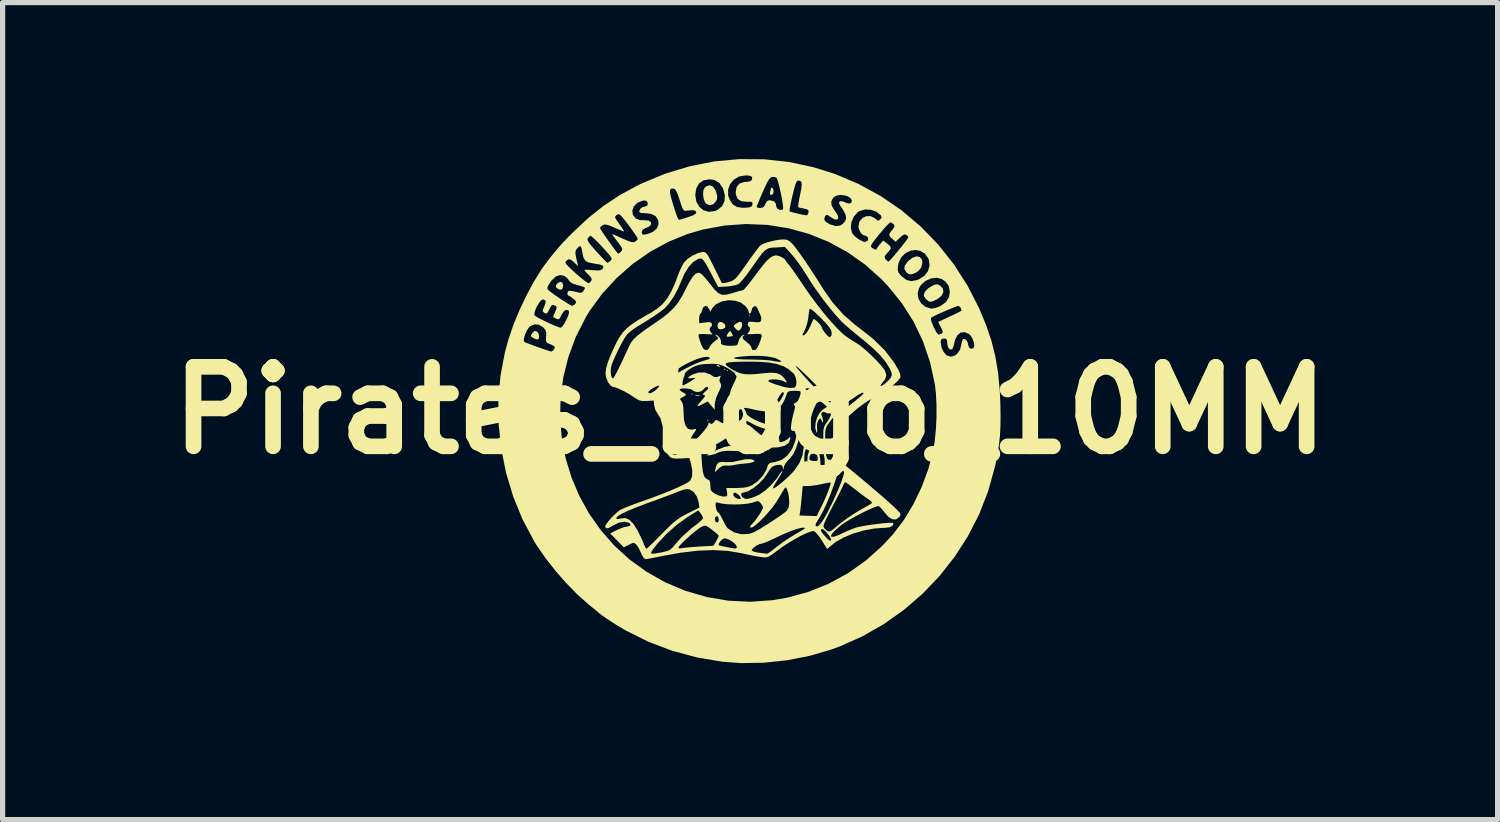
<source format=kicad_pcb>
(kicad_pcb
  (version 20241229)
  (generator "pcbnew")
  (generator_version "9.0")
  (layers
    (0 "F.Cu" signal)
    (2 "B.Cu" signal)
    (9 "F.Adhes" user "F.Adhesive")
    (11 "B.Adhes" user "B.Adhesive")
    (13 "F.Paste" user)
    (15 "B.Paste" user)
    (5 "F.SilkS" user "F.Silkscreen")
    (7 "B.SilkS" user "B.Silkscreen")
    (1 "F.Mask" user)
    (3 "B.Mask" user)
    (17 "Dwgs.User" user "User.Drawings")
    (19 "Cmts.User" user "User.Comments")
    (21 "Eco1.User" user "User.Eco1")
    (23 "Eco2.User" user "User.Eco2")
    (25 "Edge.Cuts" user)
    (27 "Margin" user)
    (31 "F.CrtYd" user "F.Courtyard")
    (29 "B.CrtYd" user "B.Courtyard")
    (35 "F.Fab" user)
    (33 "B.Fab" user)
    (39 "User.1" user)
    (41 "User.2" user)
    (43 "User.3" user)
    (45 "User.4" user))
  (footprint "Pirates_Logo_10MM"
    (layer "F.Cu")
    (at 11.328 4.816)
    (property "Reference" "Pirates_Logo_10MM" (at 0 0 0) (layer "F.SilkS") (effects (font (size 1.524 1.524) (thickness 0.3))))
    (attr board_only exclude_from_pos_files exclude_from_bom allow_missing_courtyard)
    (fp_poly (pts (xy -1.101 -0.313) (xy -1.114 -0.3) (xy -1.126 -0.313) (xy -1.114 -0.325)) (stroke (width 0) (type solid)) (fill yes) (layer "F.SilkS"))
    (fp_poly (pts (xy -0.801 0.188) (xy -0.813 0.2) (xy -0.826 0.188) (xy -0.813 0.175)) (stroke (width 0) (type solid)) (fill yes) (layer "F.SilkS"))
    (fp_poly (pts (xy -0.475 -0.788) (xy -0.488 -0.776) (xy -0.5 -0.788) (xy -0.488 -0.801)) (stroke (width 0) (type solid)) (fill yes) (layer "F.SilkS"))
    (fp_poly (pts (xy -0.425 -0.763) (xy -0.438 -0.751) (xy -0.45 -0.763) (xy -0.438 -0.776)) (stroke (width 0) (type solid)) (fill yes) (layer "F.SilkS"))
    (fp_poly (pts (xy 0 -1.814) (xy -0.013 -1.802) (xy -0.025 -1.814) (xy -0.013 -1.827)) (stroke (width 0) (type solid)) (fill yes) (layer "F.SilkS"))
    (fp_poly (pts (xy -0.593 -0.858) (xy -0.588 -0.851) (xy -0.579 -0.828) (xy -0.603 -0.837) (xy -0.626 -0.851) (xy -0.645 -0.871) (xy -0.633 -0.875)) (stroke (width 0) (type solid)) (fill yes) (layer "F.SilkS"))
    (fp_poly (pts (xy -0.969 -0.292) (xy -0.968 -0.283) (xy -1.008 -0.28) (xy -1.013 -0.28) (xy -1.052 -0.284) (xy -1.049 -0.291) (xy -1.044 -0.293) (xy -0.99 -0.296)) (stroke (width 0) (type solid)) (fill yes) (layer "F.SilkS"))
    (fp_poly (pts (xy -3.599 -2.449) (xy -3.582 -2.397) (xy -3.583 -2.382) (xy -3.602 -2.324) (xy -3.642 -2.312) (xy -3.685 -2.329) (xy -3.724 -2.365) (xy -3.716 -2.406) (xy -3.69 -2.437) (xy -3.64 -2.464)) (stroke (width 0) (type solid)) (fill yes) (layer "F.SilkS"))
    (fp_poly (pts (xy -0.54 -1.691) (xy -0.497 -1.663) (xy -0.472 -1.622) (xy -0.479 -1.585) (xy -0.526 -1.557) (xy -0.582 -1.554) (xy -0.609 -1.568) (xy -0.626 -1.613) (xy -0.615 -1.665) (xy -0.587 -1.693)) (stroke (width 0) (type solid)) (fill yes) (layer "F.SilkS"))
    (fp_poly (pts (xy -0.37 -1.51) (xy -0.353 -1.481) (xy -0.333 -1.439) (xy -0.331 -1.425) (xy -0.4 -1.412) (xy -0.443 -1.414) (xy -0.45 -1.422) (xy -0.437 -1.456) (xy -0.416 -1.489) (xy -0.389 -1.52)) (stroke (width 0) (type solid)) (fill yes) (layer "F.SilkS"))
    (fp_poly (pts (xy 0.425 -4.267) (xy 0.448 -4.231) (xy 0.45 -4.181) (xy 0.433 -4.14) (xy 0.41 -4.129) (xy 0.382 -4.142) (xy 0.385 -4.185) (xy 0.397 -4.238) (xy 0.4 -4.262) (xy 0.416 -4.271)) (stroke (width 0) (type solid)) (fill yes) (layer "F.SilkS"))
    (fp_poly (pts (xy -0.163 -1.691) (xy -0.15 -1.644) (xy -0.164 -1.585) (xy -0.197 -1.539) (xy -0.226 -1.527) (xy -0.254 -1.543) (xy -0.285 -1.574) (xy -0.313 -1.611) (xy -0.304 -1.636) (xy -0.271 -1.662) (xy -0.204 -1.697)) (stroke (width 0) (type solid)) (fill yes) (layer "F.SilkS"))
    (fp_poly (pts (xy -4.092 -1.514) (xy -4.087 -1.511) (xy -4.056 -1.473) (xy -4.042 -1.421) (xy -4.049 -1.377) (xy -4.067 -1.361) (xy -4.107 -1.366) (xy -4.148 -1.382) (xy -4.194 -1.41) (xy -4.199 -1.442) (xy -4.168 -1.49) (xy -4.132 -1.523)) (stroke (width 0) (type solid)) (fill yes) (layer "F.SilkS"))
    (fp_poly (pts (xy 3.255 -2.938) (xy 3.294 -2.89) (xy 3.303 -2.834) (xy 3.281 -2.736) (xy 3.215 -2.662) (xy 3.179 -2.64) (xy 3.1 -2.608) (xy 3.044 -2.61) (xy 2.996 -2.647) (xy 2.994 -2.648) (xy 2.958 -2.709) (xy 2.964 -2.771) (xy 3.014 -2.842) (xy 3.038 -2.868) (xy 3.118 -2.928) (xy 3.193 -2.952)) (stroke (width 0) (type solid)) (fill yes) (layer "F.SilkS"))
    (fp_poly (pts (xy -0.712 -4.289) (xy -0.663 -4.218) (xy -0.645 -4.17) (xy -0.629 -4.096) (xy -0.637 -4.04) (xy -0.653 -4.007) (xy -0.706 -3.95) (xy -0.772 -3.933) (xy -0.835 -3.955) (xy -0.861 -3.983) (xy -0.887 -4.045) (xy -0.9 -4.126) (xy -0.901 -4.147) (xy -0.894 -4.223) (xy -0.869 -4.27) (xy -0.84 -4.293) (xy -0.772 -4.315)) (stroke (width 0) (type solid)) (fill yes) (layer "F.SilkS"))
    (fp_poly (pts (xy 3.637 -2.395) (xy 3.643 -2.391) (xy 3.696 -2.334) (xy 3.705 -2.266) (xy 3.671 -2.198) (xy 3.596 -2.137) (xy 3.576 -2.126) (xy 3.501 -2.091) (xy 3.451 -2.081) (xy 3.413 -2.096) (xy 3.378 -2.127) (xy 3.341 -2.175) (xy 3.328 -2.209) (xy 3.35 -2.272) (xy 3.409 -2.336) (xy 3.492 -2.388) (xy 3.553 -2.414) (xy 3.594 -2.416)) (stroke (width 0) (type solid)) (fill yes) (layer "F.SilkS"))
    (fp_poly (pts (xy 0.02 0.938) (xy 0.076 0.955) (xy 0.085 0.975) (xy 0.053 0.994) (xy -0.016 1.01) (xy -0.092 1.018) (xy -0.188 1.027) (xy -0.276 1.04) (xy -0.316 1.049) (xy -0.395 1.06) (xy -0.461 1.057) (xy -0.521 1.06) (xy -0.581 1.096) (xy -0.604 1.117) (xy -0.679 1.189) (xy -0.662 1.114) (xy -0.637 1.037) (xy -0.601 0.998) (xy -0.539 0.988) (xy -0.478 0.993) (xy -0.333 0.99) (xy -0.213 0.964) (xy -0.094 0.939) (xy 0.005 0.936)) (stroke (width 0) (type solid)) (fill yes) (layer "F.SilkS"))
    (fp_poly (pts (xy 0.267 -4.813) (xy 0.745 -4.761) (xy 1.22 -4.659) (xy 1.631 -4.53) (xy 2.081 -4.339) (xy 2.506 -4.107) (xy 2.903 -3.835) (xy 3.271 -3.524) (xy 3.606 -3.178) (xy 3.907 -2.798) (xy 4.17 -2.387) (xy 4.385 -1.967) (xy 4.521 -1.643) (xy 4.626 -1.334) (xy 4.703 -1.026) (xy 4.756 -0.704) (xy 4.787 -0.357) (xy 4.797 -0.137) (xy 4.801 0.102) (xy 4.799 0.305) (xy 4.79 0.486) (xy 4.771 0.658) (xy 4.743 0.837) (xy 4.703 1.036) (xy 4.689 1.098) (xy 4.562 1.554) (xy 4.391 1.992) (xy 4.176 2.411) (xy 3.922 2.806) (xy 3.631 3.176) (xy 3.305 3.517) (xy 2.948 3.825) (xy 2.562 4.098) (xy 2.15 4.333) (xy 1.715 4.527) (xy 1.552 4.586) (xy 1.136 4.707) (xy 0.704 4.791) (xy 0.266 4.837) (xy -0.166 4.845) (xy -0.526 4.819) (xy -1.018 4.736) (xy -1.494 4.608) (xy -1.949 4.436) (xy -2.382 4.22) (xy -2.527 4.134) (xy -2.641 4.063) (xy -2.746 3.994) (xy -2.832 3.934) (xy -2.89 3.891) (xy -2.903 3.879) (xy -2.927 3.858) (xy -2.98 3.814) (xy -3.053 3.755) (xy -3.093 3.723) (xy -3.301 3.538) (xy -3.516 3.32) (xy -3.727 3.08) (xy -3.922 2.831) (xy -4.091 2.586) (xy -4.139 2.509) (xy -4.36 2.094) (xy -4.539 1.657) (xy -4.676 1.205) (xy -4.769 0.742) (xy -4.819 0.273) (xy -4.821 0.148) (xy -3.642 0.148) (xy -3.609 0.536) (xy -3.536 0.917) (xy -3.423 1.287) (xy -3.272 1.643) (xy -3.084 1.982) (xy -2.86 2.299) (xy -2.602 2.593) (xy -2.31 2.859) (xy -1.986 3.093) (xy -1.631 3.294) (xy -1.247 3.457) (xy -1.236 3.46) (xy -0.827 3.579) (xy -0.411 3.649) (xy 0.008 3.669) (xy 0.429 3.639) (xy 0.704 3.592) (xy 1.111 3.482) (xy 1.5 3.326) (xy 1.869 3.126) (xy 2.215 2.882) (xy 2.534 2.597) (xy 2.738 2.377) (xy 2.945 2.106) (xy 3.131 1.798) (xy 3.291 1.465) (xy 3.419 1.118) (xy 3.507 0.788) (xy 3.539 0.595) (xy 3.561 0.371) (xy 3.573 0.132) (xy 3.573 -0.106) (xy 3.562 -0.327) (xy 3.542 -0.5) (xy 3.449 -0.926) (xy 3.322 -1.3) (xy 3.654 -1.3) (xy 3.669 -1.209) (xy 3.708 -1.122) (xy 3.761 -1.06) (xy 3.772 -1.053) (xy 3.848 -1.029) (xy 3.921 -1.049) (xy 3.967 -1.082) (xy 4.025 -1.163) (xy 4.046 -1.246) (xy 4.06 -1.315) (xy 4.077 -1.36) (xy 4.083 -1.367) (xy 4.121 -1.366) (xy 4.157 -1.331) (xy 4.178 -1.277) (xy 4.179 -1.26) (xy 4.196 -1.206) (xy 4.234 -1.18) (xy 4.279 -1.191) (xy 4.285 -1.197) (xy 4.298 -1.241) (xy 4.288 -1.308) (xy 4.26 -1.381) (xy 4.221 -1.442) (xy 4.198 -1.463) (xy 4.113 -1.499) (xy 4.035 -1.49) (xy 3.971 -1.437) (xy 3.927 -1.345) (xy 3.916 -1.298) (xy 3.899 -1.227) (xy 3.878 -1.18) (xy 3.87 -1.171) (xy 3.83 -1.168) (xy 3.797 -1.204) (xy 3.78 -1.27) (xy 3.779 -1.292) (xy 3.774 -1.35) (xy 3.751 -1.373) (xy 3.716 -1.376) (xy 3.672 -1.368) (xy 3.655 -1.335) (xy 3.654 -1.3) (xy 3.322 -1.3) (xy 3.313 -1.326) (xy 3.134 -1.701) (xy 3.108 -1.742) (xy 3.466 -1.742) (xy 3.483 -1.682) (xy 3.513 -1.609) (xy 3.549 -1.536) (xy 3.584 -1.479) (xy 3.611 -1.452) (xy 3.614 -1.452) (xy 3.658 -1.465) (xy 3.675 -1.473) (xy 3.692 -1.496) (xy 3.685 -1.535) (xy 3.657 -1.595) (xy 3.606 -1.695) (xy 3.83 -1.8) (xy 3.925 -1.845) (xy 4 -1.882) (xy 4.045 -1.906) (xy 4.054 -1.913) (xy 4.04 -1.961) (xy 4.008 -1.996) (xy 3.992 -2.002) (xy 3.956 -1.992) (xy 3.887 -1.966) (xy 3.798 -1.929) (xy 3.699 -1.887) (xy 3.605 -1.845) (xy 3.527 -1.808) (xy 3.477 -1.781) (xy 3.467 -1.774) (xy 3.466 -1.742) (xy 3.108 -1.742) (xy 2.91 -2.053) (xy 2.761 -2.238) (xy 3.212 -2.238) (xy 3.229 -2.136) (xy 3.282 -2.048) (xy 3.363 -1.983) (xy 3.465 -1.953) (xy 3.486 -1.952) (xy 3.553 -1.963) (xy 3.633 -1.992) (xy 3.651 -2.001) (xy 3.754 -2.075) (xy 3.813 -2.17) (xy 3.829 -2.271) (xy 3.808 -2.383) (xy 3.745 -2.47) (xy 3.674 -2.517) (xy 3.575 -2.542) (xy 3.467 -2.528) (xy 3.363 -2.481) (xy 3.277 -2.405) (xy 3.236 -2.341) (xy 3.212 -2.238) (xy 2.761 -2.238) (xy 2.642 -2.384) (xy 2.516 -2.517) (xy 2.316 -2.695) (xy 2.83 -2.695) (xy 2.843 -2.645) (xy 2.882 -2.594) (xy 2.91 -2.566) (xy 2.998 -2.499) (xy 3.092 -2.477) (xy 3.201 -2.498) (xy 3.237 -2.512) (xy 3.341 -2.578) (xy 3.41 -2.668) (xy 3.44 -2.774) (xy 3.427 -2.884) (xy 3.414 -2.915) (xy 3.349 -3.005) (xy 3.263 -3.057) (xy 3.166 -3.074) (xy 3.066 -3.057) (xy 2.974 -3.01) (xy 2.898 -2.934) (xy 2.848 -2.832) (xy 2.834 -2.767) (xy 2.83 -2.695) (xy 2.316 -2.695) (xy 2.203 -2.796) (xy 1.865 -3.034) (xy 1.668 -3.141) (xy 2.317 -3.141) (xy 2.327 -3.123) (xy 2.34 -3.113) (xy 2.395 -3.082) (xy 2.425 -3.085) (xy 2.428 -3.097) (xy 2.444 -3.126) (xy 2.481 -3.175) (xy 2.49 -3.185) (xy 2.552 -3.255) (xy 2.627 -3.199) (xy 2.685 -3.148) (xy 2.698 -3.104) (xy 2.667 -3.055) (xy 2.64 -3.028) (xy 2.598 -2.98) (xy 2.578 -2.943) (xy 2.578 -2.941) (xy 2.594 -2.9) (xy 2.63 -2.863) (xy 2.655 -2.853) (xy 2.677 -2.871) (xy 2.722 -2.921) (xy 2.785 -2.994) (xy 2.849 -3.072) (xy 2.921 -3.161) (xy 2.98 -3.238) (xy 3.02 -3.291) (xy 3.033 -3.313) (xy 3.021 -3.343) (xy 2.997 -3.362) (xy 2.963 -3.373) (xy 2.922 -3.354) (xy 2.872 -3.311) (xy 2.79 -3.232) (xy 2.72 -3.292) (xy 2.677 -3.336) (xy 2.668 -3.375) (xy 2.694 -3.423) (xy 2.735 -3.471) (xy 2.767 -3.517) (xy 2.764 -3.551) (xy 2.753 -3.565) (xy 2.713 -3.597) (xy 2.691 -3.604) (xy 2.664 -3.585) (xy 2.614 -3.535) (xy 2.548 -3.461) (xy 2.476 -3.375) (xy 2.398 -3.278) (xy 2.348 -3.211) (xy 2.322 -3.168) (xy 2.317 -3.141) (xy 1.668 -3.141) (xy 1.505 -3.23) (xy 1.127 -3.383) (xy 0.735 -3.491) (xy 0.639 -3.506) (xy 1.93 -3.506) (xy 1.951 -3.41) (xy 1.967 -3.382) (xy 2.022 -3.324) (xy 2.095 -3.272) (xy 2.167 -3.236) (xy 2.206 -3.228) (xy 2.249 -3.249) (xy 2.263 -3.27) (xy 2.259 -3.316) (xy 2.218 -3.347) (xy 2.185 -3.353) (xy 2.144 -3.375) (xy 2.106 -3.429) (xy 2.081 -3.496) (xy 2.077 -3.531) (xy 2.098 -3.62) (xy 2.152 -3.686) (xy 2.227 -3.722) (xy 2.311 -3.723) (xy 2.392 -3.683) (xy 2.4 -3.676) (xy 2.443 -3.641) (xy 2.471 -3.641) (xy 2.496 -3.662) (xy 2.522 -3.699) (xy 2.507 -3.735) (xy 2.502 -3.742) (xy 2.418 -3.809) (xy 2.312 -3.846) (xy 2.2 -3.851) (xy 2.099 -3.821) (xy 2.065 -3.8) (xy 1.99 -3.716) (xy 1.944 -3.613) (xy 1.93 -3.506) (xy 0.639 -3.506) (xy 0.333 -3.555) (xy -0.077 -3.572) (xy -0.489 -3.543) (xy -0.901 -3.467) (xy -1.196 -3.381) (xy -1.564 -3.232) (xy -1.918 -3.039) (xy -2.251 -2.806) (xy -2.557 -2.537) (xy -2.832 -2.239) (xy -3.07 -1.915) (xy -3.15 -1.783) (xy -3.34 -1.41) (xy -3.482 -1.026) (xy -3.58 -0.636) (xy -3.632 -0.244) (xy -3.642 0.148) (xy -4.821 0.148) (xy -4.825 -0.196) (xy -4.785 -0.66) (xy -4.699 -1.115) (xy -4.639 -1.335) (xy -4.338 -1.335) (xy -4.328 -1.313) (xy -4.292 -1.296) (xy -4.222 -1.269) (xy -4.132 -1.235) (xy -4.033 -1.2) (xy -3.94 -1.167) (xy -3.863 -1.142) (xy -3.817 -1.128) (xy -3.811 -1.127) (xy -3.776 -1.146) (xy -3.754 -1.176) (xy -3.742 -1.21) (xy -3.76 -1.234) (xy -3.815 -1.261) (xy -3.825 -1.265) (xy -3.885 -1.292) (xy -3.911 -1.321) (xy -3.914 -1.37) (xy -3.91 -1.413) (xy -3.907 -1.49) (xy -3.924 -1.542) (xy -3.962 -1.587) (xy -4.045 -1.641) (xy -4.133 -1.649) (xy -4.216 -1.611) (xy -4.24 -1.589) (xy -4.278 -1.533) (xy -4.311 -1.462) (xy -4.332 -1.391) (xy -4.338 -1.335) (xy -4.639 -1.335) (xy -4.631 -1.364) (xy -4.536 -1.64) (xy -4.45 -1.85) (xy -4.136 -1.85) (xy -4.13 -1.818) (xy -4.091 -1.791) (xy -4.021 -1.753) (xy -3.932 -1.708) (xy -3.836 -1.664) (xy -3.746 -1.624) (xy -3.674 -1.596) (xy -3.631 -1.584) (xy -3.629 -1.585) (xy -3.599 -1.608) (xy -3.559 -1.665) (xy -3.522 -1.735) (xy -3.481 -1.829) (xy -3.469 -1.888) (xy -3.484 -1.918) (xy -3.526 -1.927) (xy -3.568 -1.903) (xy -3.611 -1.838) (xy -3.616 -1.828) (xy -3.646 -1.767) (xy -3.672 -1.745) (xy -3.704 -1.751) (xy -3.713 -1.756) (xy -3.757 -1.78) (xy -3.774 -1.79) (xy -3.768 -1.813) (xy -3.747 -1.866) (xy -3.737 -1.888) (xy -3.711 -1.949) (xy -3.709 -1.982) (xy -3.73 -2.003) (xy -3.773 -2.023) (xy -3.804 -2.012) (xy -3.835 -1.962) (xy -3.846 -1.939) (xy -3.878 -1.879) (xy -3.903 -1.856) (xy -3.934 -1.864) (xy -3.953 -1.876) (xy -3.974 -1.897) (xy -3.972 -1.93) (xy -3.946 -1.99) (xy -3.918 -2.067) (xy -3.925 -2.111) (xy -3.968 -2.127) (xy -3.975 -2.127) (xy -4.01 -2.106) (xy -4.051 -2.053) (xy -4.091 -1.983) (xy -4.122 -1.91) (xy -4.136 -1.85) (xy -4.45 -1.85) (xy -4.419 -1.924) (xy -4.287 -2.203) (xy -4.213 -2.34) (xy -3.887 -2.34) (xy -3.874 -2.312) (xy -3.871 -2.308) (xy -3.83 -2.275) (xy -3.763 -2.225) (xy -3.68 -2.168) (xy -3.593 -2.11) (xy -3.512 -2.058) (xy -3.449 -2.02) (xy -3.414 -2.004) (xy -3.413 -2.003) (xy -3.375 -2.02) (xy -3.351 -2.042) (xy -3.334 -2.074) (xy -3.348 -2.104) (xy -3.392 -2.142) (xy -3.444 -2.181) (xy -3.481 -2.201) (xy -3.485 -2.202) (xy -3.502 -2.221) (xy -3.5 -2.258) (xy -3.48 -2.289) (xy -3.48 -2.289) (xy -3.444 -2.291) (xy -3.379 -2.281) (xy -3.343 -2.272) (xy -3.272 -2.256) (xy -3.231 -2.257) (xy -3.204 -2.277) (xy -3.193 -2.291) (xy -3.169 -2.333) (xy -3.167 -2.354) (xy -3.194 -2.368) (xy -3.255 -2.387) (xy -3.31 -2.401) (xy -3.406 -2.432) (xy -3.459 -2.471) (xy -3.467 -2.486) (xy -3.507 -2.537) (xy -3.556 -2.575) (xy -3.638 -2.595) (xy -3.722 -2.567) (xy -3.803 -2.493) (xy -3.836 -2.446) (xy -3.876 -2.38) (xy -3.887 -2.34) (xy -4.213 -2.34) (xy -4.145 -2.466) (xy -3.999 -2.703) (xy -3.906 -2.83) (xy -3.541 -2.83) (xy -3.523 -2.802) (xy -3.476 -2.751) (xy -3.408 -2.687) (xy -3.33 -2.616) (xy -3.25 -2.548) (xy -3.177 -2.489) (xy -3.122 -2.449) (xy -3.093 -2.436) (xy -3.092 -2.436) (xy -3.061 -2.461) (xy -3.043 -2.484) (xy -3.035 -2.518) (xy -3.058 -2.559) (xy -3.098 -2.601) (xy -3.146 -2.65) (xy -3.175 -2.684) (xy -3.178 -2.691) (xy -3.155 -2.695) (xy -3.096 -2.694) (xy -3.021 -2.688) (xy -2.93 -2.681) (xy -2.874 -2.685) (xy -2.84 -2.702) (xy -2.829 -2.714) (xy -2.81 -2.75) (xy -2.826 -2.776) (xy -2.882 -2.796) (xy -2.983 -2.813) (xy -2.994 -2.815) (xy -3.096 -2.834) (xy -3.159 -2.869) (xy -3.195 -2.931) (xy -3.216 -3.027) (xy -3.23 -3.109) (xy -3.249 -3.146) (xy -3.277 -3.141) (xy -3.315 -3.104) (xy -3.338 -3.073) (xy -3.348 -3.036) (xy -3.345 -2.983) (xy -3.328 -2.899) (xy -3.314 -2.837) (xy -3.296 -2.765) (xy -3.376 -2.84) (xy -3.432 -2.885) (xy -3.471 -2.897) (xy -3.498 -2.887) (xy -3.534 -2.851) (xy -3.541 -2.83) (xy -3.906 -2.83) (xy -3.862 -2.89) (xy -3.757 -3.02) (xy -3.67 -3.123) (xy -3.589 -3.214) (xy -3.533 -3.272) (xy -3.117 -3.272) (xy -3.102 -3.235) (xy -3.063 -3.18) (xy -2.994 -3.1) (xy -2.943 -3.042) (xy -2.865 -2.958) (xy -2.799 -2.889) (xy -2.753 -2.843) (xy -2.734 -2.828) (xy -2.706 -2.843) (xy -2.674 -2.869) (xy -2.657 -2.888) (xy -2.654 -2.91) (xy -2.669 -2.941) (xy -2.706 -2.99) (xy -2.77 -3.063) (xy -2.833 -3.132) (xy -2.913 -3.217) (xy -2.983 -3.286) (xy -3.035 -3.332) (xy -3.061 -3.346) (xy -3.062 -3.346) (xy -3.095 -3.32) (xy -3.112 -3.297) (xy -3.117 -3.272) (xy -3.533 -3.272) (xy -3.501 -3.307) (xy -3.404 -3.404) (xy -3.303 -3.499) (xy -2.878 -3.499) (xy -2.864 -3.471) (xy -2.828 -3.414) (xy -2.776 -3.337) (xy -2.716 -3.251) (xy -2.654 -3.164) (xy -2.598 -3.088) (xy -2.554 -3.031) (xy -2.529 -3.004) (xy -2.526 -3.003) (xy -2.499 -3.019) (xy -2.471 -3.047) (xy -2.453 -3.073) (xy -2.453 -3.101) (xy -2.476 -3.144) (xy -2.524 -3.211) (xy -2.542 -3.234) (xy -2.594 -3.304) (xy -2.63 -3.355) (xy -2.642 -3.378) (xy -2.641 -3.378) (xy -2.615 -3.369) (xy -2.555 -3.343) (xy -2.472 -3.306) (xy -2.44 -3.291) (xy -2.342 -3.249) (xy -2.277 -3.227) (xy -2.234 -3.223) (xy -2.202 -3.234) (xy -2.201 -3.235) (xy -2.162 -3.267) (xy -2.152 -3.286) (xy -2.166 -3.316) (xy -2.204 -3.374) (xy -2.257 -3.451) (xy -2.318 -3.536) (xy -2.38 -3.618) (xy -2.435 -3.686) (xy -2.452 -3.707) (xy -2.497 -3.751) (xy -2.527 -3.761) (xy -2.561 -3.743) (xy -2.583 -3.721) (xy -2.587 -3.697) (xy -2.568 -3.659) (xy -2.524 -3.595) (xy -2.504 -3.568) (xy -2.455 -3.499) (xy -2.424 -3.449) (xy -2.416 -3.428) (xy -2.416 -3.428) (xy -2.445 -3.438) (xy -2.507 -3.463) (xy -2.59 -3.498) (xy -2.604 -3.504) (xy -2.696 -3.543) (xy -2.756 -3.561) (xy -2.797 -3.561) (xy -2.827 -3.548) (xy -2.866 -3.517) (xy -2.878 -3.499) (xy -3.303 -3.499) (xy -3.109 -3.681) (xy -2.921 -3.831) (xy -2.257 -3.831) (xy -2.248 -3.751) (xy -2.199 -3.682) (xy -2.115 -3.647) (xy -2.023 -3.644) (xy -1.942 -3.637) (xy -1.9 -3.607) (xy -1.897 -3.566) (xy -1.934 -3.524) (xy -2.01 -3.49) (xy -2.016 -3.488) (xy -2.062 -3.458) (xy -2.079 -3.411) (xy -2.063 -3.372) (xy -2.029 -3.368) (xy -1.968 -3.381) (xy -1.896 -3.407) (xy -1.856 -3.426) (xy -1.787 -3.486) (xy -1.755 -3.564) (xy -1.761 -3.646) (xy -1.807 -3.718) (xy -1.818 -3.727) (xy -1.897 -3.767) (xy -2.005 -3.779) (xy -2.088 -3.784) (xy -2.125 -3.802) (xy -2.127 -3.811) (xy -2.105 -3.864) (xy -2.054 -3.899) (xy -2.023 -3.904) (xy -1.973 -3.921) (xy -1.961 -3.967) (xy -1.968 -3.992) (xy -1.994 -4.02) (xy -2.047 -4.021) (xy -2.06 -4.019) (xy -2.158 -3.98) (xy -2.226 -3.914) (xy -2.257 -3.831) (xy -2.921 -3.831) (xy -2.813 -3.917) (xy -2.504 -4.122) (xy -2.409 -4.174) (xy -1.535 -4.174) (xy -1.516 -4.085) (xy -1.49 -3.992) (xy -1.448 -3.855) (xy -1.416 -3.761) (xy -1.394 -3.7) (xy -1.376 -3.667) (xy -1.362 -3.654) (xy -1.357 -3.654) (xy -1.324 -3.661) (xy -1.314 -3.664) (xy 1.419 -3.664) (xy 1.449 -3.615) (xy 1.528 -3.568) (xy 1.539 -3.563) (xy 1.643 -3.533) (xy 1.726 -3.543) (xy 1.773 -3.572) (xy 1.823 -3.627) (xy 1.842 -3.686) (xy 1.828 -3.758) (xy 1.779 -3.849) (xy 1.721 -3.934) (xy 1.703 -3.982) (xy 1.722 -4.008) (xy 1.772 -4.006) (xy 1.813 -3.99) (xy 1.886 -3.965) (xy 1.935 -3.974) (xy 1.952 -4.014) (xy 1.93 -4.065) (xy 1.873 -4.103) (xy 1.797 -4.124) (xy 1.714 -4.128) (xy 1.641 -4.112) (xy 1.59 -4.073) (xy 1.556 -4) (xy 1.563 -3.926) (xy 1.613 -3.842) (xy 1.629 -3.821) (xy 1.679 -3.743) (xy 1.691 -3.687) (xy 1.668 -3.657) (xy 1.617 -3.662) (xy 1.542 -3.706) (xy 1.539 -3.708) (xy 1.491 -3.743) (xy 1.464 -3.747) (xy 1.44 -3.722) (xy 1.436 -3.716) (xy 1.419 -3.664) (xy -1.314 -3.664) (xy -1.258 -3.681) (xy -1.18 -3.706) (xy -1.09 -3.74) (xy -1.043 -3.769) (xy -1.031 -3.797) (xy -1.032 -3.8) (xy -1.052 -3.828) (xy -1.103 -3.838) (xy -1.192 -3.831) (xy -1.223 -3.826) (xy -1.253 -3.825) (xy -1.276 -3.84) (xy -1.298 -3.878) (xy -1.324 -3.95) (xy -1.349 -4.029) (xy -1.382 -4.127) (xy -1.051 -4.127) (xy -1.031 -4.002) (xy -0.976 -3.904) (xy -0.895 -3.836) (xy -0.794 -3.806) (xy -0.7 -3.816) (xy 0.755 -3.816) (xy 0.785 -3.804) (xy 0.848 -3.787) (xy 0.926 -3.768) (xy 1.004 -3.751) (xy 1.064 -3.741) (xy 1.089 -3.74) (xy 1.112 -3.766) (xy 1.121 -3.798) (xy 1.118 -3.835) (xy 1.085 -3.856) (xy 1.034 -3.868) (xy 0.969 -3.881) (xy 0.928 -3.892) (xy 0.923 -3.894) (xy 0.922 -3.92) (xy 0.93 -3.984) (xy 0.946 -4.073) (xy 0.956 -4.12) (xy 0.98 -4.243) (xy 0.99 -4.326) (xy 0.984 -4.375) (xy 0.962 -4.399) (xy 0.929 -4.404) (xy 0.906 -4.398) (xy 0.886 -4.374) (xy 0.866 -4.324) (xy 0.843 -4.241) (xy 0.813 -4.117) (xy 0.812 -4.115) (xy 0.787 -4.002) (xy 0.768 -3.908) (xy 0.756 -3.842) (xy 0.755 -3.816) (xy -0.7 -3.816) (xy -0.683 -3.818) (xy -0.625 -3.842) (xy -0.538 -3.912) (xy -0.49 -4.008) (xy -0.483 -4.123) (xy -0.513 -4.234) (xy -0.421 -4.234) (xy -0.42 -4.119) (xy -0.388 -4.029) (xy -0.329 -3.946) (xy -0.253 -3.899) (xy -0.147 -3.883) (xy -0.1 -3.884) (xy -0.02 -3.891) (xy 0.006 -3.899) (xy 0.125 -3.899) (xy 0.147 -3.884) (xy 0.195 -3.879) (xy 0.25 -3.89) (xy 0.284 -3.934) (xy 0.293 -3.956) (xy 0.321 -4.009) (xy 0.361 -4.026) (xy 0.393 -4.025) (xy 0.463 -4.005) (xy 0.495 -3.959) (xy 0.5 -3.912) (xy 0.521 -3.868) (xy 0.569 -3.843) (xy 0.62 -3.847) (xy 0.632 -3.854) (xy 0.634 -3.882) (xy 0.627 -3.95) (xy 0.612 -4.046) (xy 0.592 -4.149) (xy 0.567 -4.264) (xy 0.542 -4.361) (xy 0.521 -4.429) (xy 0.508 -4.457) (xy 0.464 -4.475) (xy 0.424 -4.475) (xy 0.395 -4.463) (xy 0.365 -4.431) (xy 0.329 -4.37) (xy 0.283 -4.275) (xy 0.246 -4.193) (xy 0.199 -4.084) (xy 0.161 -3.993) (xy 0.135 -3.928) (xy 0.125 -3.899) (xy 0.006 -3.899) (xy 0.023 -3.904) (xy 0.041 -3.928) (xy 0.045 -3.947) (xy 0.046 -3.981) (xy 0.025 -3.997) (xy -0.028 -3.999) (xy -0.059 -3.998) (xy -0.167 -4.009) (xy -0.237 -4.052) (xy -0.271 -4.13) (xy -0.275 -4.183) (xy -0.257 -4.283) (xy -0.202 -4.348) (xy -0.112 -4.378) (xy -0.078 -4.379) (xy 0.000403 -4.389) (xy 0.035 -4.419) (xy 0.041 -4.467) (xy 0.011 -4.494) (xy -0.062 -4.504) (xy -0.085 -4.504) (xy -0.209 -4.483) (xy -0.31 -4.425) (xy -0.382 -4.339) (xy -0.421 -4.234) (xy -0.513 -4.234) (xy -0.518 -4.249) (xy -0.526 -4.267) (xy -0.593 -4.364) (xy -0.684 -4.416) (xy -0.778 -4.429) (xy -0.893 -4.409) (xy -0.979 -4.349) (xy -1.033 -4.253) (xy -1.051 -4.127) (xy -1.382 -4.127) (xy -1.388 -4.142) (xy -1.42 -4.213) (xy -1.45 -4.246) (xy -1.461 -4.25) (xy -1.508 -4.251) (xy -1.532 -4.228) (xy -1.535 -4.174) (xy -2.409 -4.174) (xy -2.172 -4.304) (xy -2.09 -4.344) (xy -1.631 -4.535) (xy -1.164 -4.677) (xy -0.69 -4.771) (xy -0.212 -4.816)) (stroke (width 0) (type solid)) (fill yes) (layer "F.SilkS"))
    (fp_poly (pts (xy 0.712 -3.268) (xy 0.77 -3.231) (xy 0.817 -3.185) (xy 0.87 -3.12) (xy 0.945 -3.019) (xy 1.035 -2.89) (xy 1.135 -2.742) (xy 1.24 -2.582) (xy 1.345 -2.417) (xy 1.404 -2.321) (xy 1.582 -2.068) (xy 1.788 -1.836) (xy 2.012 -1.639) (xy 2.084 -1.586) (xy 2.355 -1.374) (xy 2.581 -1.152) (xy 2.759 -0.92) (xy 2.835 -0.791) (xy 2.875 -0.705) (xy 2.884 -0.649) (xy 2.877 -0.624) (xy 2.824 -0.557) (xy 2.734 -0.477) (xy 2.614 -0.391) (xy 2.473 -0.304) (xy 2.402 -0.265) (xy 2.237 -0.167) (xy 2.08 -0.055) (xy 1.996 0.016) (xy 1.918 0.086) (xy 1.853 0.139) (xy 1.809 0.171) (xy 1.799 0.175) (xy 1.761 0.165) (xy 1.704 0.139) (xy 1.698 0.136) (xy 1.646 0.112) (xy 1.618 0.104) (xy 1.617 0.105) (xy 1.6 0.127) (xy 1.561 0.177) (xy 1.525 0.224) (xy 1.483 0.281) (xy 1.458 0.33) (xy 1.444 0.386) (xy 1.439 0.463) (xy 1.438 0.549) (xy 1.44 0.662) (xy 1.446 0.768) (xy 1.456 0.848) (xy 1.458 0.86) (xy 1.475 0.922) (xy 1.498 0.946) (xy 1.546 0.946) (xy 1.577 0.941) (xy 1.609 0.937) (xy 1.638 0.939) (xy 1.671 0.949) (xy 1.713 0.972) (xy 1.77 1.012) (xy 1.846 1.072) (xy 1.949 1.155) (xy 2.082 1.266) (xy 2.132 1.307) (xy 2.272 1.425) (xy 2.409 1.542) (xy 2.535 1.65) (xy 2.642 1.744) (xy 2.722 1.816) (xy 2.747 1.839) (xy 2.821 1.912) (xy 2.865 1.959) (xy 2.883 1.991) (xy 2.879 2.016) (xy 2.86 2.044) (xy 2.859 2.046) (xy 2.799 2.09) (xy 2.728 2.088) (xy 2.652 2.042) (xy 2.581 1.961) (xy 2.53 1.896) (xy 2.485 1.85) (xy 2.466 1.836) (xy 2.429 1.841) (xy 2.358 1.867) (xy 2.263 1.909) (xy 2.153 1.962) (xy 2.038 2.022) (xy 1.928 2.083) (xy 1.832 2.141) (xy 1.758 2.19) (xy 1.752 2.196) (xy 1.645 2.286) (xy 1.578 2.356) (xy 1.55 2.403) (xy 1.562 2.425) (xy 1.613 2.421) (xy 1.703 2.388) (xy 1.771 2.355) (xy 1.873 2.308) (xy 1.981 2.265) (xy 2.042 2.245) (xy 2.116 2.227) (xy 2.216 2.209) (xy 2.331 2.191) (xy 2.45 2.176) (xy 2.561 2.164) (xy 2.655 2.156) (xy 2.72 2.155) (xy 2.744 2.16) (xy 2.743 2.189) (xy 2.728 2.214) (xy 2.676 2.241) (xy 2.578 2.252) (xy 2.561 2.252) (xy 2.374 2.266) (xy 2.175 2.303) (xy 1.979 2.361) (xy 1.799 2.434) (xy 1.649 2.518) (xy 1.596 2.558) (xy 1.477 2.657) (xy 1.375 2.493) (xy 1.319 2.412) (xy 1.268 2.35) (xy 1.23 2.316) (xy 1.226 2.315) (xy 1.177 2.319) (xy 1.096 2.347) (xy 0.992 2.395) (xy 0.874 2.458) (xy 0.75 2.531) (xy 0.629 2.61) (xy 0.539 2.675) (xy 0.448 2.744) (xy 0.384 2.788) (xy 0.336 2.811) (xy 0.292 2.819) (xy 0.24 2.816) (xy 0.214 2.812) (xy 0.134 2.8) (xy 0.023 2.779) (xy -0.1 2.753) (xy -0.169 2.737) (xy -0.425 2.694) (xy -0.583 2.685) (xy 0.031 2.685) (xy 0.06 2.704) (xy 0.123 2.722) (xy 0.177 2.73) (xy 0.255 2.739) (xy 0.31 2.746) (xy 0.327 2.749) (xy 0.352 2.736) (xy 0.405 2.698) (xy 0.478 2.642) (xy 0.515 2.613) (xy 0.623 2.532) (xy 0.747 2.448) (xy 0.861 2.378) (xy 0.87 2.373) (xy 0.953 2.326) (xy 1.016 2.287) (xy 1.017 2.285) (xy 1.357 2.285) (xy 1.36 2.314) (xy 1.397 2.367) (xy 1.433 2.409) (xy 1.496 2.475) (xy 1.535 2.5) (xy 1.551 2.485) (xy 1.552 2.476) (xy 1.536 2.434) (xy 1.497 2.378) (xy 1.45 2.323) (xy 1.406 2.285) (xy 1.386 2.277) (xy 1.357 2.285) (xy 1.017 2.285) (xy 1.049 2.263) (xy 1.051 2.259) (xy 1.03 2.247) (xy 0.972 2.254) (xy 0.885 2.277) (xy 0.777 2.315) (xy 0.657 2.365) (xy 0.55 2.414) (xy 0.439 2.467) (xy 0.342 2.511) (xy 0.268 2.541) (xy 0.229 2.553) (xy 0.228 2.553) (xy 0.177 2.565) (xy 0.117 2.596) (xy 0.064 2.635) (xy 0.033 2.671) (xy 0.031 2.685) (xy -0.583 2.685) (xy -0.704 2.678) (xy -1.009 2.69) (xy -1.345 2.731) (xy -1.718 2.799) (xy -1.727 2.801) (xy -1.834 2.823) (xy -1.925 2.841) (xy -1.987 2.851) (xy -2.005 2.852) (xy -2.04 2.829) (xy -2.078 2.764) (xy -2.09 2.737) (xy -2.095 2.724) (xy -1.898 2.724) (xy -1.891 2.746) (xy -1.847 2.748) (xy -1.761 2.734) (xy -1.685 2.72) (xy -1.589 2.697) (xy -1.526 2.667) (xy -1.491 2.633) (xy -1.376 2.633) (xy -1.356 2.647) (xy -1.32 2.643) (xy -1.273 2.636) (xy -1.188 2.627) (xy -1.08 2.618) (xy -0.982 2.611) (xy -0.701 2.595) (xy -0.694 2.582) (xy -0.602 2.582) (xy -0.599 2.586) (xy -0.571 2.595) (xy -0.51 2.608) (xy -0.433 2.624) (xy -0.355 2.638) (xy -0.293 2.648) (xy -0.28 2.649) (xy -0.256 2.633) (xy -0.255 2.61) (xy -0.283 2.564) (xy -0.341 2.515) (xy -0.412 2.474) (xy -0.476 2.453) (xy -0.487 2.452) (xy -0.527 2.468) (xy -0.568 2.506) (xy -0.598 2.549) (xy -0.602 2.582) (xy -0.694 2.582) (xy -0.651 2.51) (xy -0.619 2.451) (xy -0.602 2.411) (xy -0.601 2.406) (xy -0.619 2.382) (xy -0.667 2.339) (xy -0.727 2.291) (xy -0.797 2.239) (xy -0.842 2.214) (xy -0.878 2.211) (xy -0.918 2.226) (xy -0.934 2.233) (xy -0.985 2.266) (xy -1.055 2.32) (xy -1.136 2.388) (xy -1.217 2.461) (xy -1.29 2.53) (xy -1.346 2.588) (xy -1.374 2.626) (xy -1.376 2.633) (xy -1.491 2.633) (xy -1.48 2.623) (xy -1.475 2.615) (xy -1.316 2.433) (xy -1.128 2.264) (xy -1.057 2.21) (xy -0.983 2.153) (xy -0.927 2.102) (xy -0.918 2.09) (xy -0.676 2.09) (xy -0.662 2.132) (xy -0.659 2.135) (xy -0.624 2.152) (xy -0.604 2.123) (xy -0.601 2.09) (xy -0.614 2.039) (xy -0.638 2.027) (xy -0.667 2.047) (xy -0.676 2.09) (xy -0.918 2.09) (xy -0.902 2.069) (xy -0.901 2.065) (xy -0.916 2.023) (xy -0.947 1.975) (xy -0.994 1.917) (xy -1.188 2.038) (xy -1.398 2.188) (xy -1.601 2.367) (xy -1.779 2.558) (xy -1.818 2.608) (xy -1.872 2.68) (xy -1.898 2.724) (xy -2.095 2.724) (xy -2.126 2.658) (xy -2.165 2.592) (xy -2.181 2.574) (xy -2.213 2.546) (xy -2.242 2.54) (xy -2.288 2.558) (xy -2.324 2.576) (xy -2.42 2.625) (xy -2.551 2.492) (xy -2.682 2.359) (xy -2.55 2.293) (xy -2.468 2.257) (xy -2.396 2.233) (xy -2.361 2.227) (xy -2.306 2.216) (xy -2.291 2.189) (xy -2.321 2.156) (xy -2.329 2.151) (xy -2.41 2.134) (xy -2.511 2.152) (xy -2.619 2.203) (xy -2.639 2.216) (xy -2.713 2.256) (xy -2.76 2.26) (xy -2.778 2.229) (xy -2.778 2.228) (xy -2.76 2.186) (xy -2.715 2.124) (xy -2.664 2.067) (xy -2.568 2.067) (xy -2.565 2.076) (xy -2.533 2.085) (xy -2.477 2.073) (xy -2.391 2.064) (xy -2.311 2.099) (xy -2.232 2.18) (xy -2.154 2.309) (xy -2.15 2.316) (xy -2.103 2.412) (xy -2.061 2.502) (xy -2.034 2.568) (xy -2.033 2.572) (xy -2.009 2.626) (xy -1.989 2.652) (xy -1.987 2.653) (xy -1.965 2.636) (xy -1.914 2.589) (xy -1.841 2.518) (xy -1.752 2.429) (xy -1.692 2.368) (xy -1.578 2.254) (xy -1.488 2.168) (xy -1.41 2.104) (xy -1.336 2.052) (xy -1.254 2.005) (xy -1.193 1.974) (xy -0.972 1.864) (xy -0.981 1.799) (xy -0.663 1.799) (xy -0.657 1.854) (xy -0.643 1.911) (xy -0.625 1.948) (xy -0.617 1.952) (xy -0.592 1.974) (xy -0.558 2.029) (xy -0.529 2.088) (xy -0.49 2.169) (xy -0.451 2.234) (xy -0.429 2.261) (xy -0.31 2.337) (xy -0.172 2.374) (xy -0.029 2.369) (xy 0.057 2.344) (xy 0.116 2.313) (xy 0.204 2.263) (xy 0.279 2.216) (xy 1.257 2.216) (xy 1.286 2.227) (xy 1.288 2.226) (xy 1.407 2.226) (xy 1.421 2.256) (xy 1.439 2.277) (xy 1.486 2.317) (xy 1.532 2.321) (xy 1.588 2.286) (xy 1.625 2.254) (xy 1.723 2.171) (xy 1.85 2.077) (xy 1.989 1.983) (xy 2.125 1.901) (xy 2.165 1.879) (xy 2.244 1.835) (xy 2.305 1.799) (xy 2.335 1.778) (xy 2.33 1.754) (xy 2.29 1.718) (xy 2.27 1.705) (xy 2.21 1.664) (xy 2.127 1.603) (xy 2.036 1.533) (xy 2.012 1.514) (xy 1.933 1.453) (xy 1.869 1.405) (xy 1.83 1.379) (xy 1.824 1.376) (xy 1.805 1.397) (xy 1.779 1.448) (xy 1.775 1.458) (xy 1.749 1.514) (xy 1.706 1.601) (xy 1.653 1.704) (xy 1.615 1.777) (xy 1.557 1.888) (xy 1.502 1.995) (xy 1.459 2.083) (xy 1.441 2.121) (xy 1.414 2.187) (xy 1.407 2.226) (xy 1.288 2.226) (xy 1.317 2.208) (xy 1.363 2.157) (xy 1.403 2.1) (xy 1.456 2.009) (xy 1.516 1.894) (xy 1.58 1.763) (xy 1.643 1.625) (xy 1.7 1.492) (xy 1.749 1.37) (xy 1.783 1.272) (xy 1.801 1.205) (xy 1.802 1.192) (xy 1.789 1.158) (xy 1.759 1.122) (xy 1.73 1.101) (xy 1.719 1.104) (xy 1.709 1.13) (xy 1.686 1.194) (xy 1.655 1.287) (xy 1.617 1.398) (xy 1.616 1.401) (xy 1.548 1.592) (xy 1.473 1.773) (xy 1.398 1.933) (xy 1.327 2.062) (xy 1.298 2.106) (xy 1.258 2.176) (xy 1.257 2.216) (xy 0.279 2.216) (xy 0.308 2.198) (xy 0.419 2.127) (xy 0.526 2.056) (xy 0.584 2.016) (xy 0.947 2.016) (xy 1.112 2.021) (xy 1.276 2.026) (xy 1.367 1.845) (xy 1.416 1.743) (xy 1.462 1.637) (xy 1.501 1.538) (xy 1.53 1.455) (xy 1.544 1.401) (xy 1.543 1.384) (xy 1.516 1.385) (xy 1.454 1.396) (xy 1.374 1.413) (xy 1.271 1.433) (xy 1.17 1.447) (xy 1.111 1.451) (xy 1.008 1.451) (xy 0.991 1.645) (xy 0.981 1.753) (xy 0.97 1.852) (xy 0.961 1.924) (xy 0.961 1.928) (xy 0.947 2.016) (xy 0.584 2.016) (xy 0.617 1.993) (xy 0.681 1.945) (xy 0.7 1.928) (xy 0.736 1.872) (xy 0.75 1.79) (xy 0.751 1.755) (xy 0.745 1.669) (xy 0.73 1.585) (xy 0.71 1.517) (xy 0.688 1.48) (xy 0.679 1.477) (xy 0.661 1.498) (xy 0.625 1.553) (xy 0.578 1.632) (xy 0.553 1.678) (xy 0.497 1.767) (xy 0.427 1.863) (xy 0.347 1.959) (xy 0.264 2.05) (xy 0.183 2.131) (xy 0.111 2.195) (xy 0.052 2.236) (xy 0.014 2.25) (xy 0 2.231) (xy 0.017 2.2) (xy 0.05 2.165) (xy 0.09 2.12) (xy 0.139 2.054) (xy 0.189 1.981) (xy 0.228 1.914) (xy 0.249 1.869) (xy 0.25 1.862) (xy 0.235 1.827) (xy 0.206 1.784) (xy 0.177 1.751) (xy 0.147 1.74) (xy 0.099 1.75) (xy 0.051 1.767) (xy -0.041 1.787) (xy -0.163 1.8) (xy -0.299 1.804) (xy -0.429 1.8) (xy -0.536 1.788) (xy -0.567 1.78) (xy -0.624 1.766) (xy -0.655 1.765) (xy -0.656 1.766) (xy -0.663 1.799) (xy -0.981 1.799) (xy -0.985 1.766) (xy -1.018 1.655) (xy -1.079 1.567) (xy -1.157 1.516) (xy -1.208 1.509) (xy -1.275 1.521) (xy -1.372 1.555) (xy -1.38 1.558) (xy -1.457 1.589) (xy -1.57 1.632) (xy -1.706 1.683) (xy -1.855 1.738) (xy -1.964 1.777) (xy -2.177 1.858) (xy -2.345 1.927) (xy -2.466 1.985) (xy -2.541 2.032) (xy -2.568 2.067) (xy -2.664 2.067) (xy -2.652 2.052) (xy -2.582 1.983) (xy -2.515 1.926) (xy -2.474 1.9) (xy -2.409 1.871) (xy -2.311 1.832) (xy -2.193 1.787) (xy -2.086 1.749) (xy -1.885 1.678) (xy -1.696 1.607) (xy -1.525 1.538) (xy -1.379 1.474) (xy -1.262 1.419) (xy -1.182 1.374) (xy -1.145 1.345) (xy -1.111 1.262) (xy -1.108 1.148) (xy -1.135 1.013) (xy -1.166 0.913) (xy -1.331 0.922) (xy -1.425 0.925) (xy -1.485 0.918) (xy -1.526 0.899) (xy -1.549 0.878) (xy -1.59 0.826) (xy -1.6 0.789) (xy -1.58 0.776) (xy -1.547 0.793) (xy -1.527 0.813) (xy -1.477 0.844) (xy -1.442 0.851) (xy -1.389 0.839) (xy -1.325 0.81) (xy -1.271 0.777) (xy -0.934 0.777) (xy -0.933 0.848) (xy -0.93 0.906) (xy -0.92 1.06) (xy -0.906 1.171) (xy -0.887 1.246) (xy -0.862 1.292) (xy -0.838 1.311) (xy -0.795 1.335) (xy -0.778 1.345) (xy -0.769 1.371) (xy -0.763 1.42) (xy -0.758 1.483) (xy -0.755 1.521) (xy -0.729 1.56) (xy -0.67 1.6) (xy -0.596 1.634) (xy -0.523 1.651) (xy -0.508 1.652) (xy -0.455 1.648) (xy -0.437 1.626) (xy -0.44 1.593) (xy -0.321 1.593) (xy -0.321 1.629) (xy -0.292 1.667) (xy -0.282 1.675) (xy -0.227 1.697) (xy -0.187 1.698) (xy -0.175 1.685) (xy -0.194 1.648) (xy -0.213 1.629) (xy -0.171 1.629) (xy -0.142 1.667) (xy -0.131 1.675) (xy -0.1 1.692) (xy -0.072 1.698) (xy -0.033 1.693) (xy 0.032 1.675) (xy 0.069 1.664) (xy 0.181 1.613) (xy 0.301 1.528) (xy 0.415 1.422) (xy 0.511 1.307) (xy 0.542 1.259) (xy 0.581 1.199) (xy 0.61 1.165) (xy 0.619 1.161) (xy 0.612 1.186) (xy 0.583 1.241) (xy 0.537 1.315) (xy 0.528 1.329) (xy 0.48 1.405) (xy 0.447 1.464) (xy 0.436 1.495) (xy 0.437 1.496) (xy 0.464 1.49) (xy 0.517 1.456) (xy 0.588 1.401) (xy 0.668 1.332) (xy 0.748 1.258) (xy 0.82 1.184) (xy 0.852 1.147) (xy 0.944 1.013) (xy 0.966 0.959) (xy 1.039 0.959) (xy 1.049 1.111) (xy 1.082 1.221) (xy 1.138 1.294) (xy 1.176 1.319) (xy 1.232 1.344) (xy 1.271 1.344) (xy 1.314 1.316) (xy 1.34 1.294) (xy 1.399 1.211) (xy 1.43 1.093) (xy 1.43 0.948) (xy 1.424 0.897) (xy 1.403 0.812) (xy 1.374 0.744) (xy 1.342 0.705) (xy 1.314 0.705) (xy 1.313 0.706) (xy 1.309 0.737) (xy 1.319 0.797) (xy 1.324 0.817) (xy 1.344 0.923) (xy 1.35 1.033) (xy 1.342 1.127) (xy 1.325 1.178) (xy 1.28 1.217) (xy 1.238 1.226) (xy 1.182 1.204) (xy 1.138 1.144) (xy 1.11 1.06) (xy 1.098 0.963) (xy 1.1 0.932) (xy 1.135 0.932) (xy 1.155 0.959) (xy 1.213 0.97) (xy 1.226 0.971) (xy 1.28 0.971) (xy 1.298 0.95) (xy 1.297 0.908) (xy 1.279 0.853) (xy 1.232 0.832) (xy 1.223 0.831) (xy 1.17 0.836) (xy 1.144 0.875) (xy 1.143 0.879) (xy 1.135 0.932) (xy 1.1 0.932) (xy 1.105 0.864) (xy 1.133 0.776) (xy 1.16 0.734) (xy 1.196 0.678) (xy 1.207 0.633) (xy 1.206 0.627) (xy 1.211 0.611) (xy 1.248 0.625) (xy 1.284 0.645) (xy 1.343 0.674) (xy 1.379 0.676) (xy 1.398 0.644) (xy 1.405 0.573) (xy 1.404 0.486) (xy 1.405 0.391) (xy 1.416 0.326) (xy 1.445 0.267) (xy 1.476 0.222) (xy 1.525 0.145) (xy 1.549 0.087) (xy 1.545 0.057) (xy 1.517 0.058) (xy 1.47 0.055) (xy 1.456 0.045) (xy 1.412 0.029) (xy 1.391 0.033) (xy 1.366 0.055) (xy 1.371 0.098) (xy 1.377 0.113) (xy 1.394 0.169) (xy 1.4 0.213) (xy 1.396 0.234) (xy 1.383 0.222) (xy 1.373 0.2) (xy 1.353 0.157) (xy 1.335 0.158) (xy 1.31 0.188) (xy 1.283 0.259) (xy 1.284 0.347) (xy 1.288 0.41) (xy 1.281 0.429) (xy 1.274 0.423) (xy 1.25 0.344) (xy 1.255 0.244) (xy 1.284 0.14) (xy 1.333 0.047) (xy 1.394 -0.015) (xy 1.462 -0.06) (xy 1.679 -0.06) (xy 1.685 -0.038) (xy 1.71 -0.003) (xy 1.737 0.022) (xy 1.744 0.025) (xy 1.768 0.011) (xy 1.82 -0.027) (xy 1.889 -0.081) (xy 1.898 -0.087) (xy 2.013 -0.179) (xy 2.093 -0.245) (xy 2.143 -0.289) (xy 2.168 -0.318) (xy 2.174 -0.335) (xy 2.171 -0.34) (xy 2.144 -0.335) (xy 2.089 -0.307) (xy 2.03 -0.268) (xy 1.94 -0.207) (xy 1.846 -0.15) (xy 1.798 -0.124) (xy 1.733 -0.09) (xy 1.689 -0.066) (xy 1.679 -0.06) (xy 1.462 -0.06) (xy 1.474 -0.069) (xy 1.415 -0.124) (xy 1.361 -0.165) (xy 1.316 -0.171) (xy 1.275 -0.139) (xy 1.236 -0.064) (xy 1.193 0.05) (xy 1.16 0.164) (xy 1.133 0.283) (xy 1.114 0.398) (xy 1.103 0.499) (xy 1.103 0.576) (xy 1.113 0.62) (xy 1.123 0.626) (xy 1.129 0.643) (xy 1.107 0.686) (xy 1.096 0.703) (xy 1.064 0.756) (xy 1.046 0.816) (xy 1.039 0.902) (xy 1.039 0.959) (xy 0.966 0.959) (xy 1.003 0.868) (xy 1.031 0.7) (xy 1.035 0.588) (xy 1.029 0.491) (xy 1.013 0.443) (xy 0.989 0.443) (xy 0.959 0.492) (xy 0.926 0.588) (xy 0.925 0.589) (xy 0.879 0.731) (xy 0.829 0.836) (xy 0.766 0.921) (xy 0.727 0.959) (xy 0.678 1.017) (xy 0.651 1.072) (xy 0.649 1.084) (xy 0.647 1.139) (xy 0.626 1.086) (xy 0.604 1.052) (xy 0.566 1.042) (xy 0.51 1.049) (xy 0.455 1.063) (xy 0.412 1.091) (xy 0.37 1.145) (xy 0.333 1.205) (xy 0.259 1.31) (xy 0.165 1.408) (xy 0.062 1.491) (xy -0.037 1.55) (xy -0.124 1.576) (xy -0.136 1.577) (xy -0.169 1.593) (xy -0.171 1.629) (xy -0.213 1.629) (xy -0.235 1.606) (xy -0.279 1.579) (xy -0.292 1.577) (xy -0.321 1.593) (xy -0.44 1.593) (xy -0.442 1.571) (xy -0.442 1.57) (xy -0.455 1.489) (xy -0.259 1.488) (xy -0.139 1.484) (xy -0.051 1.47) (xy 0.023 1.442) (xy 0.041 1.433) (xy 0.152 1.355) (xy 0.246 1.251) (xy 0.312 1.139) (xy 0.326 1.098) (xy 0.344 1.044) (xy 0.372 1.014) (xy 0.424 0.998) (xy 0.476 0.991) (xy 0.607 0.949) (xy 0.718 0.864) (xy 0.806 0.74) (xy 0.868 0.579) (xy 0.886 0.494) (xy 0.894 0.433) (xy 0.884 0.406) (xy 0.853 0.4) (xy 0.804 0.388) (xy 0.786 0.372) (xy 0.782 0.333) (xy 0.79 0.26) (xy 0.807 0.165) (xy 0.831 0.063) (xy 0.852 -0.011) (xy 0.863 -0.073) (xy 0.844 -0.105) (xy 0.833 -0.124) (xy 0.866 -0.14) (xy 0.915 -0.178) (xy 0.948 -0.249) (xy 0.968 -0.322) (xy 0.967 -0.36) (xy 0.936 -0.373) (xy 0.865 -0.375) (xy 0.85 -0.375) (xy 0.77 -0.371) (xy 0.726 -0.356) (xy 0.71 -0.332) (xy 0.667 -0.214) (xy 0.621 -0.127) (xy 0.568 -0.058) (xy 0.518 -0.007) (xy 0.468 0.017) (xy 0.399 0.024) (xy 0.367 0.025) (xy 0.267 0.018) (xy 0.152 0.001) (xy 0.088 -0.012) (xy -0.022 -0.037) (xy -0.088 -0.048) (xy -0.117 -0.045) (xy -0.113 -0.029) (xy -0.105 -0.02) (xy -0.078 0.031) (xy -0.075 0.053) (xy -0.053 0.089) (xy 0.005 0.133) (xy 0.087 0.179) (xy 0.182 0.222) (xy 0.277 0.255) (xy 0.359 0.274) (xy 0.386 0.275) (xy 0.471 0.283) (xy 0.521 0.313) (xy 0.545 0.374) (xy 0.551 0.466) (xy 0.554 0.543) (xy 0.563 0.596) (xy 0.571 0.61) (xy 0.606 0.608) (xy 0.662 0.586) (xy 0.719 0.553) (xy 0.757 0.519) (xy 0.758 0.518) (xy 0.771 0.513) (xy 0.771 0.548) (xy 0.738 0.626) (xy 0.661 0.679) (xy 0.541 0.708) (xy 0.435 0.713) (xy 0.34 0.714) (xy 0.285 0.718) (xy 0.261 0.73) (xy 0.258 0.751) (xy 0.262 0.769) (xy 0.265 0.809) (xy 0.242 0.811) (xy 0.203 0.805) (xy 0.125 0.798) (xy 0.02 0.791) (xy -0.102 0.785) (xy -0.229 0.78) (xy -0.351 0.777) (xy -0.436 0.776) (xy -0.52 0.783) (xy -0.591 0.8) (xy -0.611 0.81) (xy -0.657 0.83) (xy -0.718 0.849) (xy -0.778 0.861) (xy -0.818 0.863) (xy -0.826 0.858) (xy -0.805 0.844) (xy -0.749 0.814) (xy -0.67 0.774) (xy -0.645 0.762) (xy -0.486 0.7) (xy -0.351 0.676) (xy -0.245 0.692) (xy -0.223 0.702) (xy -0.176 0.713) (xy -0.095 0.72) (xy 0.005 0.721) (xy 0.032 0.72) (xy 0.238 0.713) (xy 0.088 0.68) (xy -0.014 0.655) (xy -0.137 0.622) (xy -0.254 0.587) (xy -0.256 0.587) (xy -0.45 0.527) (xy -0.541 0.589) (xy -0.603 0.626) (xy -0.671 0.655) (xy -0.76 0.682) (xy -0.877 0.71) (xy -0.909 0.719) (xy -0.927 0.738) (xy -0.934 0.777) (xy -1.271 0.777) (xy -1.266 0.774) (xy -1.23 0.74) (xy -1.226 0.729) (xy -1.247 0.706) (xy -1.299 0.68) (xy -1.308 0.677) (xy -1.457 0.604) (xy -1.569 0.501) (xy -1.637 0.391) (xy -1.672 0.309) (xy -1.695 0.238) (xy -1.702 0.204) (xy -1.717 0.153) (xy -1.755 0.091) (xy -1.765 0.078) (xy -1.815 -0.007) (xy -1.838 -0.092) (xy -1.847 -0.188) (xy -1.981 -0.18) (xy -2.068 -0.179) (xy -2.133 -0.195) (xy -2.201 -0.235) (xy -2.225 -0.252) (xy -2.315 -0.311) (xy -2.383 -0.348) (xy -1.952 -0.348) (xy -1.935 -0.326) (xy -1.892 -0.334) (xy -1.832 -0.37) (xy -1.798 -0.398) (xy -1.351 -0.398) (xy -1.331 -0.371) (xy -1.289 -0.346) (xy -1.237 -0.315) (xy -1.234 -0.289) (xy -1.28 -0.259) (xy -1.292 -0.253) (xy -1.336 -0.229) (xy -1.339 -0.206) (xy -1.317 -0.179) (xy -1.291 -0.127) (xy -1.278 -0.041) (xy -1.276 0.03) (xy -1.267 0.182) (xy -1.239 0.29) (xy -1.192 0.352) (xy -1.125 0.371) (xy -1.073 0.362) (xy -1.042 0.355) (xy -1.034 0.365) (xy -1.052 0.399) (xy -1.096 0.466) (xy -1.105 0.479) (xy -1.14 0.545) (xy -1.15 0.597) (xy -1.133 0.624) (xy -1.124 0.626) (xy -1.096 0.608) (xy -1.044 0.563) (xy -0.977 0.497) (xy -0.95 0.469) (xy -0.882 0.393) (xy -0.831 0.324) (xy -0.804 0.276) (xy -0.801 0.266) (xy -0.794 0.234) (xy -0.767 0.247) (xy -0.766 0.248) (xy -0.733 0.262) (xy -0.7 0.234) (xy -0.692 0.224) (xy -0.661 0.187) (xy -0.631 0.188) (xy -0.597 0.21) (xy -0.531 0.245) (xy -0.477 0.239) (xy -0.476 0.238) (xy -0.075 0.238) (xy -0.06 0.271) (xy -0.046 0.275) (xy -0.015 0.291) (xy 0.041 0.333) (xy 0.104 0.389) (xy 0.194 0.463) (xy 0.292 0.528) (xy 0.385 0.576) (xy 0.458 0.599) (xy 0.469 0.6) (xy 0.492 0.579) (xy 0.5 0.532) (xy 0.493 0.468) (xy 0.467 0.424) (xy 0.411 0.392) (xy 0.316 0.363) (xy 0.311 0.361) (xy 0.208 0.329) (xy 0.104 0.287) (xy 0.053 0.261) (xy -0.018 0.222) (xy -0.057 0.205) (xy -0.072 0.208) (xy -0.075 0.231) (xy -0.075 0.238) (xy -0.476 0.238) (xy -0.418 0.191) (xy -0.412 0.185) (xy -0.366 0.144) (xy -0.323 0.137) (xy -0.266 0.165) (xy -0.243 0.181) (xy -0.203 0.198) (xy -0.171 0.176) (xy -0.16 0.163) (xy -0.135 0.091) (xy -0.139 0.05) (xy -0.158 -0.009) (xy -0.181 -0.025) (xy -0.222 -0.008) (xy -0.226 -0.005) (xy -0.264 0.01) (xy -0.275 0.003) (xy -0.292 -0.028) (xy -0.332 -0.074) (xy -0.337 -0.079) (xy -0.382 -0.149) (xy 0.5 -0.149) (xy 0.511 -0.125) (xy 0.541 -0.143) (xy 0.586 -0.2) (xy 0.594 -0.213) (xy 0.639 -0.293) (xy 0.648 -0.338) (xy 0.628 -0.35) (xy 0.603 -0.331) (xy 0.567 -0.283) (xy 0.532 -0.224) (xy 0.506 -0.172) (xy 0.5 -0.149) (xy -0.382 -0.149) (xy -0.39 -0.161) (xy -0.399 -0.269) (xy -0.366 -0.4) (xy 1.064 -0.4) (xy 1.1 -0.377) (xy 1.115 -0.375) (xy 1.147 -0.389) (xy 1.151 -0.4) (xy 1.13 -0.421) (xy 1.1 -0.425) (xy 1.065 -0.416) (xy 1.064 -0.4) (xy -0.366 -0.4) (xy -0.365 -0.401) (xy -0.319 -0.503) (xy -0.276 -0.593) (xy -0.259 -0.647) (xy -0.269 -0.669) (xy -0.269 -0.669) (xy -0.29 -0.691) (xy -0.287 -0.701) (xy -0.301 -0.723) (xy -0.349 -0.759) (xy -0.422 -0.804) (xy -0.431 -0.809) (xy -0.516 -0.853) (xy -0.583 -0.878) (xy -0.595 -0.88) (xy -0.469 -0.88) (xy -0.442 -0.85) (xy -0.384 -0.809) (xy -0.348 -0.787) (xy -0.264 -0.741) (xy -0.185 -0.71) (xy -0.1 -0.693) (xy 0.003 -0.69) (xy 0.134 -0.698) (xy 0.266 -0.712) (xy 0.401 -0.722) (xy 0.499 -0.715) (xy 0.573 -0.689) (xy 0.634 -0.641) (xy 0.64 -0.633) (xy 0.679 -0.585) (xy 0.699 -0.547) (xy 0.697 -0.531) (xy 0.669 -0.546) (xy 0.667 -0.547) (xy 0.613 -0.572) (xy 0.533 -0.589) (xy 0.448 -0.595) (xy 0.379 -0.588) (xy 0.362 -0.582) (xy 0.348 -0.567) (xy 0.363 -0.549) (xy 0.415 -0.525) (xy 0.503 -0.493) (xy 0.653 -0.448) (xy 0.768 -0.429) (xy 0.845 -0.435) (xy 0.863 -0.445) (xy 0.885 -0.487) (xy 0.888 -0.555) (xy 0.874 -0.63) (xy 0.847 -0.691) (xy 0.84 -0.699) (xy 0.749 -0.782) (xy 0.642 -0.845) (xy 0.623 -0.851) (xy 0.876 -0.851) (xy 0.882 -0.835) (xy 0.918 -0.789) (xy 0.977 -0.721) (xy 1.052 -0.636) (xy 1.138 -0.543) (xy 1.228 -0.446) (xy 1.317 -0.354) (xy 1.398 -0.271) (xy 1.466 -0.206) (xy 1.513 -0.163) (xy 1.533 -0.151) (xy 1.551 -0.168) (xy 1.551 -0.169) (xy 1.534 -0.196) (xy 1.487 -0.251) (xy 1.418 -0.326) (xy 1.334 -0.415) (xy 1.24 -0.511) (xy 1.145 -0.606) (xy 1.054 -0.695) (xy 0.975 -0.77) (xy 0.915 -0.824) (xy 0.88 -0.85) (xy 0.876 -0.851) (xy 0.623 -0.851) (xy 0.512 -0.889) (xy 0.352 -0.918) (xy 0.155 -0.932) (xy -0.029 -0.934) (xy -0.204 -0.932) (xy -0.333 -0.927) (xy -0.418 -0.917) (xy -0.462 -0.902) (xy -0.469 -0.88) (xy -0.595 -0.88) (xy -0.652 -0.89) (xy -0.745 -0.892) (xy -0.788 -0.891) (xy -0.902 -0.885) (xy -0.987 -0.871) (xy -1.061 -0.844) (xy -1.12 -0.815) (xy -1.196 -0.766) (xy -1.242 -0.722) (xy -1.251 -0.701) (xy -1.26 -0.655) (xy -1.268 -0.642) (xy -1.28 -0.612) (xy -1.291 -0.56) (xy -1.297 -0.508) (xy -1.294 -0.477) (xy -1.292 -0.475) (xy -1.263 -0.487) (xy -1.209 -0.516) (xy -1.147 -0.552) (xy -1.09 -0.588) (xy -1.056 -0.613) (xy -1.051 -0.618) (xy -1.072 -0.623) (xy -1.124 -0.617) (xy -1.127 -0.617) (xy -1.178 -0.613) (xy -1.186 -0.628) (xy -1.153 -0.658) (xy -1.103 -0.687) (xy -0.988 -0.725) (xy -0.87 -0.726) (xy -0.767 -0.69) (xy -0.748 -0.678) (xy -0.69 -0.641) (xy -0.644 -0.636) (xy -0.61 -0.648) (xy -0.568 -0.664) (xy -0.563 -0.652) (xy -0.575 -0.626) (xy -0.588 -0.568) (xy -0.57 -0.526) (xy -0.555 -0.49) (xy -0.559 -0.449) (xy -0.585 -0.386) (xy -0.607 -0.343) (xy -0.651 -0.24) (xy -0.674 -0.141) (xy -0.677 -0.112) (xy -0.678 -0.013) (xy -0.746 -0.092) (xy -0.813 -0.171) (xy -0.901 -0.124) (xy -0.973 -0.088) (xy -1.006 -0.081) (xy -1 -0.104) (xy -0.956 -0.159) (xy -0.936 -0.181) (xy -0.884 -0.242) (xy -0.864 -0.277) (xy -0.873 -0.293) (xy -0.884 -0.296) (xy -0.908 -0.306) (xy -0.897 -0.327) (xy -0.864 -0.354) (xy -0.82 -0.395) (xy -0.801 -0.426) (xy -0.801 -0.427) (xy -0.816 -0.45) (xy -0.851 -0.443) (xy -0.888 -0.41) (xy -0.895 -0.4) (xy -0.944 -0.362) (xy -1.013 -0.351) (xy -1.077 -0.368) (xy -1.099 -0.386) (xy -1.136 -0.405) (xy -1.197 -0.417) (xy -1.265 -0.421) (xy -1.322 -0.416) (xy -1.35 -0.402) (xy -1.351 -0.398) (xy -1.798 -0.398) (xy -1.796 -0.4) (xy -1.754 -0.444) (xy -1.742 -0.471) (xy -1.749 -0.475) (xy -1.792 -0.463) (xy -1.851 -0.433) (xy -1.908 -0.395) (xy -1.946 -0.361) (xy -1.952 -0.348) (xy -2.383 -0.348) (xy -2.416 -0.367) (xy -2.513 -0.413) (xy -2.593 -0.443) (xy -2.633 -0.45) (xy -2.672 -0.472) (xy -2.716 -0.53) (xy -2.73 -0.555) (xy -2.76 -0.631) (xy -2.771 -0.71) (xy -2.768 -0.733) (xy -2.671 -0.733) (xy -2.664 -0.667) (xy -2.648 -0.624) (xy -2.624 -0.615) (xy -2.623 -0.616) (xy -2.601 -0.647) (xy -2.562 -0.717) (xy -1.451 -0.717) (xy -1.448 -0.69) (xy -1.43 -0.689) (xy -1.385 -0.715) (xy -1.37 -0.725) (xy -1.306 -0.763) (xy -1.216 -0.812) (xy -1.118 -0.861) (xy -1.114 -0.863) (xy -1.015 -0.907) (xy -0.919 -0.943) (xy -0.848 -0.963) (xy -0.845 -0.964) (xy -0.783 -0.984) (xy -0.768 -1.006) (xy -0.77 -1.007) (xy -0.308 -1.007) (xy -0.304 -0.995) (xy -0.25 -0.985) (xy -0.148 -0.977) (xy -0.011 -0.975) (xy 0.121 -0.972) (xy 0.245 -0.968) (xy 0.346 -0.961) (xy 0.411 -0.953) (xy 0.413 -0.952) (xy 0.49 -0.938) (xy 0.554 -0.93) (xy 0.563 -0.93) (xy 0.598 -0.93) (xy 0.591 -0.944) (xy 0.566 -0.963) (xy 0.483 -1.003) (xy 0.359 -1.03) (xy 0.203 -1.045) (xy 0.022 -1.045) (xy -0.023 -1.043) (xy -0.167 -1.032) (xy -0.262 -1.02) (xy -0.308 -1.007) (xy -0.77 -1.007) (xy -0.799 -1.022) (xy -0.846 -1.025) (xy -0.923 -1.013) (xy -1.019 -0.982) (xy -1.126 -0.938) (xy -1.233 -0.886) (xy -1.328 -0.831) (xy -1.402 -0.779) (xy -1.445 -0.735) (xy -1.451 -0.717) (xy -2.562 -0.717) (xy -2.56 -0.721) (xy -2.503 -0.836) (xy -2.43 -0.989) (xy -2.342 -1.178) (xy -2.312 -1.244) (xy -2.279 -1.304) (xy -2.232 -1.364) (xy -2.164 -1.428) (xy -2.131 -1.454) (xy -0.987 -1.454) (xy -0.986 -1.42) (xy -0.97 -1.359) (xy -0.946 -1.286) (xy -0.918 -1.221) (xy -0.896 -1.183) (xy -0.848 -1.153) (xy -0.803 -1.169) (xy -0.777 -1.211) (xy -0.742 -1.265) (xy -0.684 -1.32) (xy -0.674 -1.327) (xy -0.624 -1.366) (xy -0.612 -1.389) (xy -0.631 -1.411) (xy -0.64 -1.418) (xy -0.665 -1.443) (xy -0.659 -1.451) (xy -0.618 -1.432) (xy -0.579 -1.387) (xy -0.557 -1.337) (xy -0.559 -1.317) (xy -0.558 -1.276) (xy -0.516 -1.25) (xy -0.43 -1.239) (xy -0.375 -1.238) (xy -0.296 -1.24) (xy -0.254 -1.25) (xy -0.235 -1.273) (xy -0.229 -1.301) (xy -0.207 -1.367) (xy -0.168 -1.422) (xy -0.124 -1.449) (xy -0.115 -1.449) (xy -0.107 -1.441) (xy -0.119 -1.435) (xy -0.148 -1.406) (xy -0.131 -1.364) (xy -0.07 -1.312) (xy -0.062 -1.307) (xy -0.003 -1.256) (xy 0.025 -1.207) (xy 0.025 -1.201) (xy 0.041 -1.159) (xy 0.085 -1.155) (xy 0.117 -1.171) (xy 0.141 -1.203) (xy 0.171 -1.266) (xy 0.199 -1.341) (xy 0.22 -1.409) (xy 0.224 -1.441) (xy 1.004 -1.441) (xy 1.016 -1.435) (xy 1.048 -1.45) (xy 1.083 -1.485) (xy 1.124 -1.552) (xy 1.151 -1.607) (xy 1.183 -1.68) (xy 1.207 -1.733) (xy 1.217 -1.75) (xy 1.24 -1.743) (xy 1.28 -1.709) (xy 1.325 -1.663) (xy 1.361 -1.618) (xy 1.376 -1.586) (xy 1.391 -1.549) (xy 1.428 -1.496) (xy 1.472 -1.443) (xy 1.511 -1.408) (xy 1.526 -1.401) (xy 1.551 -1.421) (xy 1.561 -1.439) (xy 1.563 -1.49) (xy 1.551 -1.54) (xy 1.525 -1.583) (xy 1.475 -1.645) (xy 1.411 -1.716) (xy 1.339 -1.789) (xy 1.268 -1.857) (xy 1.206 -1.911) (xy 1.161 -1.944) (xy 1.14 -1.946) (xy 1.14 -1.946) (xy 1.132 -1.904) (xy 1.122 -1.832) (xy 1.116 -1.78) (xy 1.098 -1.68) (xy 1.068 -1.583) (xy 1.052 -1.547) (xy 1.016 -1.476) (xy 1.004 -1.441) (xy 0.224 -1.441) (xy 0.225 -1.444) (xy 0.207 -1.461) (xy 0.15 -1.467) (xy 0.069 -1.463) (xy -0.015 -1.46) (xy -0.052 -1.463) (xy -0.049 -1.475) (xy -0.044 -1.478) (xy -0.014 -1.512) (xy -0.000179 -1.557) (xy -0.007 -1.593) (xy -0.023 -1.602) (xy -0.041 -1.622) (xy -0.043 -1.654) (xy -0.036 -1.686) (xy -0.011 -1.699) (xy 0.044 -1.697) (xy 0.079 -1.693) (xy 0.153 -1.688) (xy 0.192 -1.695) (xy 0.211 -1.721) (xy 0.213 -1.728) (xy 0.213 -1.784) (xy 0.191 -1.845) (xy 0.16 -1.91) (xy 0.14 -1.96) (xy 0.112 -1.996) (xy 0.074 -1.994) (xy 0.041 -1.96) (xy 0.03 -1.92) (xy 0.015 -1.872) (xy -0.006 -1.851) (xy -0.022 -1.864) (xy -0.025 -1.887) (xy -0.04 -1.929) (xy -0.078 -1.985) (xy -0.088 -1.998) (xy -0.175 -2.065) (xy -0.288 -2.102) (xy -0.413 -2.111) (xy -0.537 -2.089) (xy -0.646 -2.038) (xy -0.682 -2.008) (xy -0.728 -1.955) (xy -0.752 -1.91) (xy -0.753 -1.903) (xy -0.761 -1.895) (xy -0.778 -1.928) (xy -0.78 -1.933) (xy -0.817 -1.99) (xy -0.861 -2.003) (xy -0.9 -1.973) (xy -0.917 -1.927) (xy -0.934 -1.874) (xy -0.954 -1.852) (xy -0.954 -1.852) (xy -0.968 -1.83) (xy -0.976 -1.775) (xy -0.976 -1.761) (xy -0.976 -1.67) (xy -0.862 -1.685) (xy -0.789 -1.692) (xy -0.75 -1.683) (xy -0.733 -1.659) (xy -0.733 -1.619) (xy -0.746 -1.607) (xy -0.773 -1.577) (xy -0.771 -1.529) (xy -0.743 -1.484) (xy -0.732 -1.476) (xy -0.717 -1.461) (xy -0.74 -1.456) (xy -0.804 -1.458) (xy -0.832 -1.461) (xy -0.911 -1.464) (xy -0.968 -1.461) (xy -0.987 -1.454) (xy -2.131 -1.454) (xy -2.07 -1.502) (xy -1.943 -1.592) (xy -1.848 -1.657) (xy -1.685 -1.77) (xy -1.558 -1.871) (xy -1.458 -1.968) (xy -1.376 -2.071) (xy -1.303 -2.19) (xy -1.244 -2.305) (xy -1.168 -2.452) (xy -1.104 -2.555) (xy -1.047 -2.616) (xy -0.996 -2.639) (xy -0.953 -2.629) (xy -0.915 -2.597) (xy -0.858 -2.535) (xy -0.791 -2.454) (xy -0.761 -2.416) (xy -0.679 -2.313) (xy -0.611 -2.248) (xy -0.544 -2.217) (xy -0.467 -2.216) (xy -0.367 -2.239) (xy -0.328 -2.251) (xy -0.242 -2.277) (xy -0.174 -2.296) (xy -0.139 -2.302) (xy -0.114 -2.321) (xy -0.067 -2.374) (xy -0.002 -2.454) (xy 0.074 -2.553) (xy 0.112 -2.605) (xy 0.22 -2.748) (xy 0.306 -2.852) (xy 0.378 -2.921) (xy 0.44 -2.959) (xy 0.497 -2.971) (xy 0.556 -2.959) (xy 0.588 -2.945) (xy 0.644 -2.914) (xy 0.674 -2.889) (xy 0.676 -2.884) (xy 0.691 -2.855) (xy 0.729 -2.807) (xy 0.736 -2.8) (xy 0.769 -2.758) (xy 0.824 -2.683) (xy 0.894 -2.582) (xy 0.975 -2.464) (xy 1.042 -2.364) (xy 1.157 -2.198) (xy 1.283 -2.029) (xy 1.413 -1.864) (xy 1.541 -1.713) (xy 1.661 -1.582) (xy 1.764 -1.479) (xy 1.829 -1.425) (xy 1.902 -1.375) (xy 1.992 -1.318) (xy 2.04 -1.29) (xy 2.117 -1.237) (xy 2.212 -1.158) (xy 2.315 -1.064) (xy 2.415 -0.965) (xy 2.502 -0.87) (xy 2.566 -0.789) (xy 2.589 -0.753) (xy 2.612 -0.674) (xy 2.591 -0.599) (xy 2.536 -0.531) (xy 2.508 -0.49) (xy 2.502 -0.472) (xy 2.518 -0.468) (xy 2.556 -0.489) (xy 2.606 -0.529) (xy 2.655 -0.576) (xy 2.693 -0.622) (xy 2.701 -0.635) (xy 2.717 -0.675) (xy 2.714 -0.716) (xy 2.69 -0.773) (xy 2.662 -0.828) (xy 2.591 -0.939) (xy 2.493 -1.056) (xy 2.364 -1.183) (xy 2.198 -1.327) (xy 2.098 -1.407) (xy 1.993 -1.493) (xy 1.891 -1.579) (xy 1.805 -1.654) (xy 1.754 -1.702) (xy 1.641 -1.826) (xy 1.513 -1.98) (xy 1.381 -2.151) (xy 1.254 -2.327) (xy 1.143 -2.494) (xy 1.098 -2.567) (xy 1.021 -2.689) (xy 0.937 -2.812) (xy 0.856 -2.92) (xy 0.804 -2.982) (xy 0.667 -3.133) (xy 0.493 -3.123) (xy 0.425 -3.119) (xy 0.371 -3.111) (xy 0.325 -3.093) (xy 0.28 -3.061) (xy 0.231 -3.009) (xy 0.171 -2.932) (xy 0.094 -2.823) (xy 0.014 -2.708) (xy -0.059 -2.607) (xy -0.129 -2.518) (xy -0.187 -2.453) (xy -0.224 -2.42) (xy -0.283 -2.399) (xy -0.371 -2.382) (xy -0.449 -2.374) (xy -0.611 -2.365) (xy -0.737 -2.605) (xy -0.804 -2.731) (xy -0.853 -2.819) (xy -0.891 -2.874) (xy -0.921 -2.903) (xy -0.951 -2.911) (xy -0.984 -2.905) (xy -1.003 -2.898) (xy -1.09 -2.845) (xy -1.177 -2.75) (xy -1.256 -2.623) (xy -1.317 -2.484) (xy -1.384 -2.327) (xy -1.465 -2.177) (xy -1.553 -2.049) (xy -1.638 -1.954) (xy -1.642 -1.952) (xy -1.727 -1.886) (xy -1.851 -1.8) (xy -2.01 -1.699) (xy -2.144 -1.617) (xy -2.233 -1.559) (xy -2.312 -1.498) (xy -2.363 -1.449) (xy -2.404 -1.389) (xy -2.457 -1.296) (xy -2.516 -1.182) (xy -2.574 -1.061) (xy -2.625 -0.946) (xy -2.653 -0.874) (xy -2.668 -0.806) (xy -2.671 -0.733) (xy -2.768 -0.733) (xy -2.761 -0.802) (xy -2.729 -0.914) (xy -2.674 -1.056) (xy -2.626 -1.164) (xy -2.563 -1.297) (xy -2.503 -1.404) (xy -2.438 -1.495) (xy -2.36 -1.576) (xy -2.263 -1.653) (xy -2.138 -1.735) (xy -1.979 -1.828) (xy -1.899 -1.873) (xy -1.779 -1.95) (xy -1.677 -2.037) (xy -1.59 -2.144) (xy -1.511 -2.277) (xy -1.436 -2.444) (xy -1.365 -2.632) (xy -1.327 -2.722) (xy -1.283 -2.808) (xy -1.268 -2.831) (xy -1.199 -2.903) (xy -1.1 -2.969) (xy -0.993 -3.017) (xy -0.912 -3.035) (xy -0.881 -3.035) (xy -0.854 -3.025) (xy -0.827 -2.997) (xy -0.794 -2.945) (xy -0.75 -2.861) (xy -0.696 -2.753) (xy -0.641 -2.643) (xy -0.595 -2.549) (xy -0.561 -2.48) (xy -0.545 -2.445) (xy -0.545 -2.444) (xy -0.518 -2.438) (xy -0.46 -2.447) (xy -0.412 -2.459) (xy -0.363 -2.475) (xy -0.322 -2.495) (xy -0.282 -2.526) (xy -0.238 -2.574) (xy -0.182 -2.648) (xy -0.106 -2.753) (xy -0.073 -2.8) (xy 0.007 -2.912) (xy 0.08 -3.013) (xy 0.141 -3.094) (xy 0.183 -3.146) (xy 0.193 -3.157) (xy 0.248 -3.19) (xy 0.337 -3.223) (xy 0.446 -3.251) (xy 0.558 -3.271) (xy 0.647 -3.277)) (stroke (width 0) (type solid)) (fill yes) (layer "F.SilkS")))
  (gr_rect
    (start -3 -3)
    (end 25.657 12.661)
    (stroke (width 0.1) (type default))
    (fill no)
    (layer "Edge.Cuts")))
</source>
